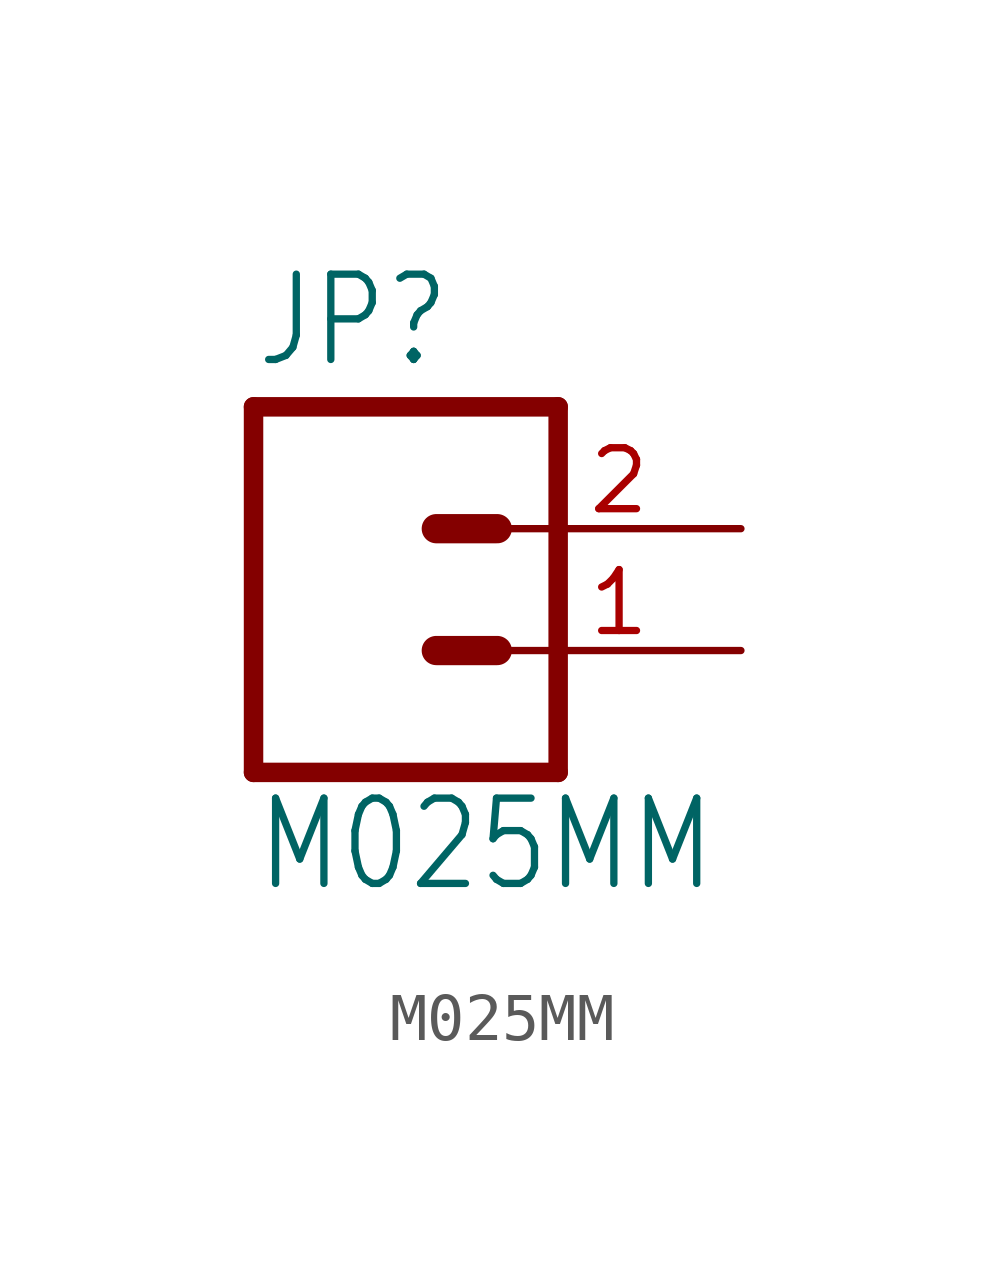
<source format=kicad_sym>
(kicad_symbol_lib
  (version 20201005)
  (generator kicad_symbol_editor)
  (symbol "M025MM"
    (property "Reference" "JP"
      (at -2.54 5.842 0)
      (effects (font (size 1.778 1.511)) (justify left bottom)))
    (property "Value" "M025MM"
      (at -2.54 -5.08 0)
      (effects (font (size 1.778 1.511)) (justify left bottom)))
    (property "ki_locked" ""
      (at 0 0 0)
      (effects (font (size 1.27 1.27))))
    (symbol "M025MM_1_0"
      (polyline (pts (xy 3.81 -2.54) (xy -2.54 -2.54)) (stroke (width 0.406)) (fill (type none)))
      (polyline (pts (xy 1.27 2.54) (xy 2.54 2.54)) (stroke (width 0.61)) (fill (type none)))
      (polyline (pts (xy 1.27 0) (xy 2.54 0)) (stroke (width 0.61)) (fill (type none)))
      (polyline (pts (xy -2.54 5.08) (xy -2.54 -2.54)) (stroke (width 0.406)) (fill (type none)))
      (polyline (pts (xy 3.81 -2.54) (xy 3.81 5.08)) (stroke (width 0.406)) (fill (type none)))
      (polyline (pts (xy -2.54 5.08) (xy 3.81 5.08)) (stroke (width 0.406)) (fill (type none)))
      (pin passive line (at 7.62 0 180) (length 5.08) (name "1" (effects (font (size 0 0)))) (number "1" (effects (font (size 1.27 1.27)))))
      (pin passive line (at 7.62 2.54 180) (length 5.08) (name "2" (effects (font (size 0 0)))) (number "2" (effects (font (size 1.27 1.27))))))))
</source>
